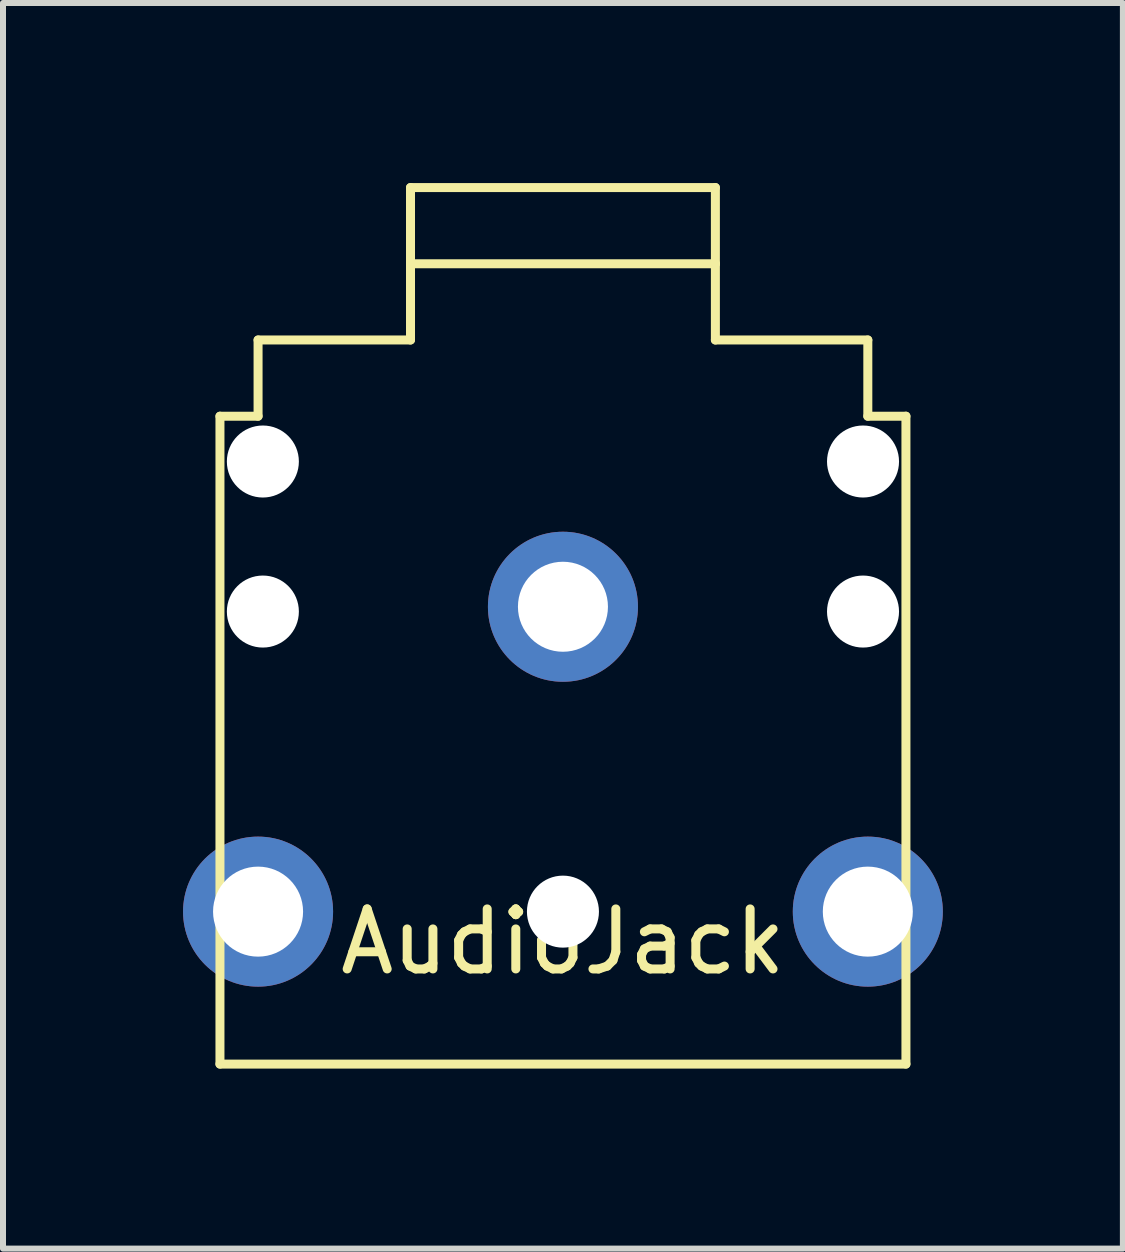
<source format=kicad_pcb>
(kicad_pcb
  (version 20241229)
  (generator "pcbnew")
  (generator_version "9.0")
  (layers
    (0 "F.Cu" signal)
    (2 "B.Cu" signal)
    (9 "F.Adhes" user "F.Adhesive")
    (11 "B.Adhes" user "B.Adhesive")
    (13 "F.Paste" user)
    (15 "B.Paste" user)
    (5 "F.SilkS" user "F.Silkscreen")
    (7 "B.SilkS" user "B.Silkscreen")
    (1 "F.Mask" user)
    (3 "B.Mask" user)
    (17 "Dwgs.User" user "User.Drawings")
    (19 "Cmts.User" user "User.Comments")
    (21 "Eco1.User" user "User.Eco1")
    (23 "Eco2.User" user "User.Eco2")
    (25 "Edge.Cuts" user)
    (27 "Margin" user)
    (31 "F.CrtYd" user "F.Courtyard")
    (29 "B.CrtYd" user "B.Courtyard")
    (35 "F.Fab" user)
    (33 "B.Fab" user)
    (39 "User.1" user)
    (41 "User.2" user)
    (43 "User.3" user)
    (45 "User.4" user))
  (footprint "AudioJack"
    (layer "F.Cu")
    (at 6.33 12.14)
    (property "Reference" "AudioJack" (at 0 0.5 0) (layer "F.SilkS") (effects (font (size 1 1) (thickness 0.15))))
    (attr through_hole)
    (fp_line (start -5.715 -8.255) (end -5.715 2.54) (stroke (width 0.15) (type solid)) (layer "F.SilkS"))
    (fp_line (start -5.715 2.54) (end 5.715 2.54) (stroke (width 0.15) (type solid)) (layer "F.SilkS"))
    (fp_line (start -5.08 -9.525) (end -5.08 -8.255) (stroke (width 0.15) (type solid)) (layer "F.SilkS"))
    (fp_line (start -5.08 -8.255) (end -5.715 -8.255) (stroke (width 0.15) (type solid)) (layer "F.SilkS"))
    (fp_line (start -2.54 -12.065) (end -2.54 -10.795) (stroke (width 0.15) (type solid)) (layer "F.SilkS"))
    (fp_line (start -2.54 -10.795) (end -2.54 -9.525) (stroke (width 0.15) (type solid)) (layer "F.SilkS"))
    (fp_line (start -2.54 -10.795) (end 2.54 -10.795) (stroke (width 0.15) (type solid)) (layer "F.SilkS"))
    (fp_line (start -2.54 -9.525) (end -5.08 -9.525) (stroke (width 0.15) (type solid)) (layer "F.SilkS"))
    (fp_line (start 2.54 -12.065) (end -2.54 -12.065) (stroke (width 0.15) (type solid)) (layer "F.SilkS"))
    (fp_line (start 2.54 -10.795) (end 2.54 -12.065) (stroke (width 0.15) (type solid)) (layer "F.SilkS"))
    (fp_line (start 2.54 -10.795) (end 2.54 -9.525) (stroke (width 0.15) (type solid)) (layer "F.SilkS"))
    (fp_line (start 2.54 -9.525) (end 5.08 -9.525) (stroke (width 0.15) (type solid)) (layer "F.SilkS"))
    (fp_line (start 5.08 -9.525) (end 5.08 -8.255) (stroke (width 0.15) (type solid)) (layer "F.SilkS"))
    (fp_line (start 5.715 -8.255) (end 5.08 -8.255) (stroke (width 0.15) (type solid)) (layer "F.SilkS"))
    (fp_line (start 5.715 -8.255) (end 5.715 2.54) (stroke (width 0.15) (type solid)) (layer "F.SilkS"))
    (pad "" np_thru_hole circle (at -5 -7.5) (size 1.2 1.2) (drill 1.2) (layers "*.Cu" "*.Mask"))
    (pad "" np_thru_hole circle (at -5 -5) (size 1.2 1.2) (drill 1.2) (layers "*.Cu" "*.Mask"))
    (pad "" np_thru_hole circle (at 0 0) (size 1.2 1.2) (drill 1.2) (layers "*.Cu" "*.Mask"))
    (pad "" np_thru_hole circle (at 5 -7.5) (size 1.2 1.2) (drill 1.2) (layers "*.Cu" "*.Mask"))
    (pad "" np_thru_hole circle (at 5 -5) (size 1.2 1.2) (drill 1.2) (layers "*.Cu" "*.Mask"))
    (pad "S" thru_hole circle (at 0 -5.08) (size 2.5 2.5) (drill 1.5) (layers "*.Cu" "*.Mask"))
    (pad "T" thru_hole circle (at -5.08 0) (size 2.5 2.5) (drill 1.5) (layers "*.Cu" "*.Mask"))
    (pad "TN" thru_hole circle (at 5.08 0) (size 2.5 2.5) (drill 1.5) (layers "*.Cu" "*.Mask")))
  (gr_rect
    (start -3 -3)
    (end 15.66 17.755)
    (stroke (width 0.1) (type default))
    (fill no)
    (layer "Edge.Cuts")))
</source>
